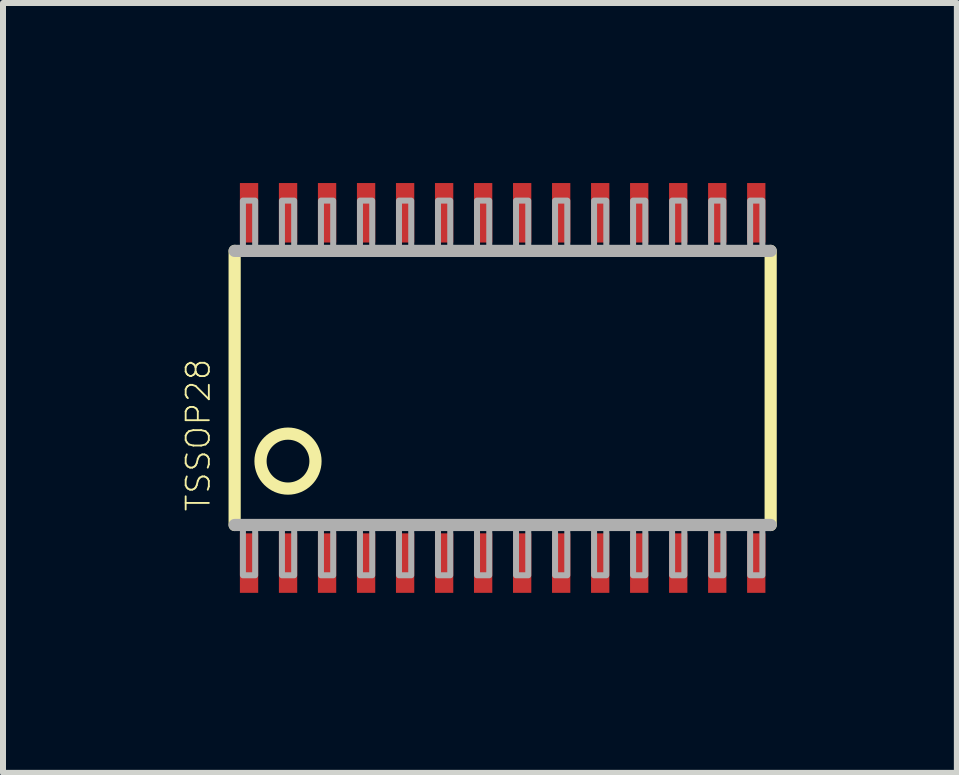
<source format=kicad_pcb>
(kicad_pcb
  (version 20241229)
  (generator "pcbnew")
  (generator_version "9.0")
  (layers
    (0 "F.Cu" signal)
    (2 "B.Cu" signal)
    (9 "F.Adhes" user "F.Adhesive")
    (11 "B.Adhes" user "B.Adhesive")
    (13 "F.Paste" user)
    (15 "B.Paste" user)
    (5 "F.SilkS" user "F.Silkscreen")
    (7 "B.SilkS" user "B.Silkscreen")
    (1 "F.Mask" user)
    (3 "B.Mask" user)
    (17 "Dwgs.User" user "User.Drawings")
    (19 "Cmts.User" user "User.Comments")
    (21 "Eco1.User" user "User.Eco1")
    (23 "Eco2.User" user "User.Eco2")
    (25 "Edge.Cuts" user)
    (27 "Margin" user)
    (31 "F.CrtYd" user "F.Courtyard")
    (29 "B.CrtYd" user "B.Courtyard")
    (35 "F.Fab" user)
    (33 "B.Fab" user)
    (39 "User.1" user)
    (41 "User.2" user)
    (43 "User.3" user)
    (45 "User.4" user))
  (footprint "TSSOP28"
    (layer "F.Cu")
    (at 5.324 3.413)
    (property "Reference" "TSSOP28" (at -4.846 2.083 90) (layer "F.SilkS") (effects (font (size 0.386 0.386) (thickness 0.031)) (justify left bottom)))
    (attr through_hole)
    (fp_line (start -4.465 2.283) (end -4.465 -2.283) (stroke (width 0.203) (type solid)) (layer "F.SilkS"))
    (fp_line (start 4.465 -2.283) (end 4.465 2.283) (stroke (width 0.203) (type solid)) (layer "F.SilkS"))
    (fp_circle (center -3.576 1.219) (end -3.118 1.219) (stroke (width 0.203) (type solid)) (fill no) (layer "F.SilkS"))
    (fp_line (start -4.465 2.283) (end 4.465 2.283) (stroke (width 0.203) (type solid)) (layer "F.Fab"))
    (fp_line (start 4.465 -2.283) (end -4.465 -2.283) (stroke (width 0.203) (type solid)) (layer "F.Fab"))
    (fp_poly (pts (xy -4.327 -2.283) (xy -4.123 -2.283) (xy -4.123 -3.121) (xy -4.327 -3.121)) (stroke (width 0.1) (type solid)) (fill no) (layer "F.Fab"))
    (fp_poly (pts (xy -4.327 3.121) (xy -4.123 3.121) (xy -4.123 2.283) (xy -4.327 2.283)) (stroke (width 0.1) (type solid)) (fill no) (layer "F.Fab"))
    (fp_poly (pts (xy -3.677 -2.283) (xy -3.473 -2.283) (xy -3.473 -3.121) (xy -3.677 -3.121)) (stroke (width 0.1) (type solid)) (fill no) (layer "F.Fab"))
    (fp_poly (pts (xy -3.677 3.121) (xy -3.473 3.121) (xy -3.473 2.283) (xy -3.677 2.283)) (stroke (width 0.1) (type solid)) (fill no) (layer "F.Fab"))
    (fp_poly (pts (xy -3.027 -2.283) (xy -2.823 -2.283) (xy -2.823 -3.121) (xy -3.027 -3.121)) (stroke (width 0.1) (type solid)) (fill no) (layer "F.Fab"))
    (fp_poly (pts (xy -3.027 3.121) (xy -2.823 3.121) (xy -2.823 2.283) (xy -3.027 2.283)) (stroke (width 0.1) (type solid)) (fill no) (layer "F.Fab"))
    (fp_poly (pts (xy -2.377 -2.283) (xy -2.173 -2.283) (xy -2.173 -3.121) (xy -2.377 -3.121)) (stroke (width 0.1) (type solid)) (fill no) (layer "F.Fab"))
    (fp_poly (pts (xy -2.377 3.121) (xy -2.173 3.121) (xy -2.173 2.283) (xy -2.377 2.283)) (stroke (width 0.1) (type solid)) (fill no) (layer "F.Fab"))
    (fp_poly (pts (xy -1.727 -2.283) (xy -1.523 -2.283) (xy -1.523 -3.121) (xy -1.727 -3.121)) (stroke (width 0.1) (type solid)) (fill no) (layer "F.Fab"))
    (fp_poly (pts (xy -1.727 3.121) (xy -1.523 3.121) (xy -1.523 2.283) (xy -1.727 2.283)) (stroke (width 0.1) (type solid)) (fill no) (layer "F.Fab"))
    (fp_poly (pts (xy -1.077 -2.283) (xy -0.873 -2.283) (xy -0.873 -3.121) (xy -1.077 -3.121)) (stroke (width 0.1) (type solid)) (fill no) (layer "F.Fab"))
    (fp_poly (pts (xy -1.077 3.121) (xy -0.873 3.121) (xy -0.873 2.283) (xy -1.077 2.283)) (stroke (width 0.1) (type solid)) (fill no) (layer "F.Fab"))
    (fp_poly (pts (xy -0.427 -2.283) (xy -0.223 -2.283) (xy -0.223 -3.121) (xy -0.427 -3.121)) (stroke (width 0.1) (type solid)) (fill no) (layer "F.Fab"))
    (fp_poly (pts (xy -0.427 3.121) (xy -0.223 3.121) (xy -0.223 2.283) (xy -0.427 2.283)) (stroke (width 0.1) (type solid)) (fill no) (layer "F.Fab"))
    (fp_poly (pts (xy 0.223 -2.283) (xy 0.427 -2.283) (xy 0.427 -3.121) (xy 0.223 -3.121)) (stroke (width 0.1) (type solid)) (fill no) (layer "F.Fab"))
    (fp_poly (pts (xy 0.223 3.121) (xy 0.427 3.121) (xy 0.427 2.283) (xy 0.223 2.283)) (stroke (width 0.1) (type solid)) (fill no) (layer "F.Fab"))
    (fp_poly (pts (xy 0.873 -2.283) (xy 1.077 -2.283) (xy 1.077 -3.121) (xy 0.873 -3.121)) (stroke (width 0.1) (type solid)) (fill no) (layer "F.Fab"))
    (fp_poly (pts (xy 0.873 3.121) (xy 1.077 3.121) (xy 1.077 2.283) (xy 0.873 2.283)) (stroke (width 0.1) (type solid)) (fill no) (layer "F.Fab"))
    (fp_poly (pts (xy 1.523 -2.283) (xy 1.727 -2.283) (xy 1.727 -3.121) (xy 1.523 -3.121)) (stroke (width 0.1) (type solid)) (fill no) (layer "F.Fab"))
    (fp_poly (pts (xy 1.523 3.121) (xy 1.727 3.121) (xy 1.727 2.283) (xy 1.523 2.283)) (stroke (width 0.1) (type solid)) (fill no) (layer "F.Fab"))
    (fp_poly (pts (xy 2.173 -2.283) (xy 2.377 -2.283) (xy 2.377 -3.121) (xy 2.173 -3.121)) (stroke (width 0.1) (type solid)) (fill no) (layer "F.Fab"))
    (fp_poly (pts (xy 2.173 3.121) (xy 2.377 3.121) (xy 2.377 2.283) (xy 2.173 2.283)) (stroke (width 0.1) (type solid)) (fill no) (layer "F.Fab"))
    (fp_poly (pts (xy 2.823 -2.283) (xy 3.027 -2.283) (xy 3.027 -3.121) (xy 2.823 -3.121)) (stroke (width 0.1) (type solid)) (fill no) (layer "F.Fab"))
    (fp_poly (pts (xy 2.823 3.121) (xy 3.027 3.121) (xy 3.027 2.283) (xy 2.823 2.283)) (stroke (width 0.1) (type solid)) (fill no) (layer "F.Fab"))
    (fp_poly (pts (xy 3.473 -2.283) (xy 3.677 -2.283) (xy 3.677 -3.121) (xy 3.473 -3.121)) (stroke (width 0.1) (type solid)) (fill no) (layer "F.Fab"))
    (fp_poly (pts (xy 3.473 3.121) (xy 3.677 3.121) (xy 3.677 2.283) (xy 3.473 2.283)) (stroke (width 0.1) (type solid)) (fill no) (layer "F.Fab"))
    (fp_poly (pts (xy 4.123 -2.283) (xy 4.327 -2.283) (xy 4.327 -3.121) (xy 4.123 -3.121)) (stroke (width 0.1) (type solid)) (fill no) (layer "F.Fab"))
    (fp_poly (pts (xy 4.123 3.121) (xy 4.327 3.121) (xy 4.327 2.283) (xy 4.123 2.283)) (stroke (width 0.1) (type solid)) (fill no) (layer "F.Fab"))
    (pad "1" smd rect (at -4.225 2.918) (size 0.305 0.991) (layers "F.Cu" "F.Mask" "F.Paste"))
    (pad "2" smd rect (at -3.575 2.918) (size 0.305 0.991) (layers "F.Cu" "F.Mask" "F.Paste"))
    (pad "3" smd rect (at -2.925 2.918) (size 0.305 0.991) (layers "F.Cu" "F.Mask" "F.Paste"))
    (pad "4" smd rect (at -2.275 2.918) (size 0.305 0.991) (layers "F.Cu" "F.Mask" "F.Paste"))
    (pad "5" smd rect (at -1.625 2.918) (size 0.305 0.991) (layers "F.Cu" "F.Mask" "F.Paste"))
    (pad "6" smd rect (at -0.975 2.918) (size 0.305 0.991) (layers "F.Cu" "F.Mask" "F.Paste"))
    (pad "7" smd rect (at -0.325 2.918) (size 0.305 0.991) (layers "F.Cu" "F.Mask" "F.Paste"))
    (pad "8" smd rect (at 0.325 2.918) (size 0.305 0.991) (layers "F.Cu" "F.Mask" "F.Paste"))
    (pad "9" smd rect (at 0.975 2.918) (size 0.305 0.991) (layers "F.Cu" "F.Mask" "F.Paste"))
    (pad "10" smd rect (at 1.625 2.918) (size 0.305 0.991) (layers "F.Cu" "F.Mask" "F.Paste"))
    (pad "11" smd rect (at 2.275 2.918) (size 0.305 0.991) (layers "F.Cu" "F.Mask" "F.Paste"))
    (pad "12" smd rect (at 2.925 2.918) (size 0.305 0.991) (layers "F.Cu" "F.Mask" "F.Paste"))
    (pad "13" smd rect (at 3.575 2.918) (size 0.305 0.991) (layers "F.Cu" "F.Mask" "F.Paste"))
    (pad "14" smd rect (at 4.225 2.918) (size 0.305 0.991) (layers "F.Cu" "F.Mask" "F.Paste"))
    (pad "15" smd rect (at 4.225 -2.918) (size 0.305 0.991) (layers "F.Cu" "F.Mask" "F.Paste"))
    (pad "16" smd rect (at 3.575 -2.918) (size 0.305 0.991) (layers "F.Cu" "F.Mask" "F.Paste"))
    (pad "17" smd rect (at 2.925 -2.918) (size 0.305 0.991) (layers "F.Cu" "F.Mask" "F.Paste"))
    (pad "18" smd rect (at 2.275 -2.918) (size 0.305 0.991) (layers "F.Cu" "F.Mask" "F.Paste"))
    (pad "19" smd rect (at 1.625 -2.918) (size 0.305 0.991) (layers "F.Cu" "F.Mask" "F.Paste"))
    (pad "20" smd rect (at 0.975 -2.918) (size 0.305 0.991) (layers "F.Cu" "F.Mask" "F.Paste"))
    (pad "21" smd rect (at 0.325 -2.918) (size 0.305 0.991) (layers "F.Cu" "F.Mask" "F.Paste"))
    (pad "22" smd rect (at -0.325 -2.918) (size 0.305 0.991) (layers "F.Cu" "F.Mask" "F.Paste"))
    (pad "23" smd rect (at -0.975 -2.918) (size 0.305 0.991) (layers "F.Cu" "F.Mask" "F.Paste"))
    (pad "24" smd rect (at -1.625 -2.918) (size 0.305 0.991) (layers "F.Cu" "F.Mask" "F.Paste"))
    (pad "25" smd rect (at -2.275 -2.918) (size 0.305 0.991) (layers "F.Cu" "F.Mask" "F.Paste"))
    (pad "26" smd rect (at -2.925 -2.918) (size 0.305 0.991) (layers "F.Cu" "F.Mask" "F.Paste"))
    (pad "27" smd rect (at -3.575 -2.918) (size 0.305 0.991) (layers "F.Cu" "F.Mask" "F.Paste"))
    (pad "28" smd rect (at -4.225 -2.918) (size 0.305 0.991) (layers "F.Cu" "F.Mask" "F.Paste")))
  (gr_rect
    (start -3 -3)
    (end 12.891 9.826)
    (stroke (width 0.1) (type default))
    (fill no)
    (layer "Edge.Cuts")))
</source>
